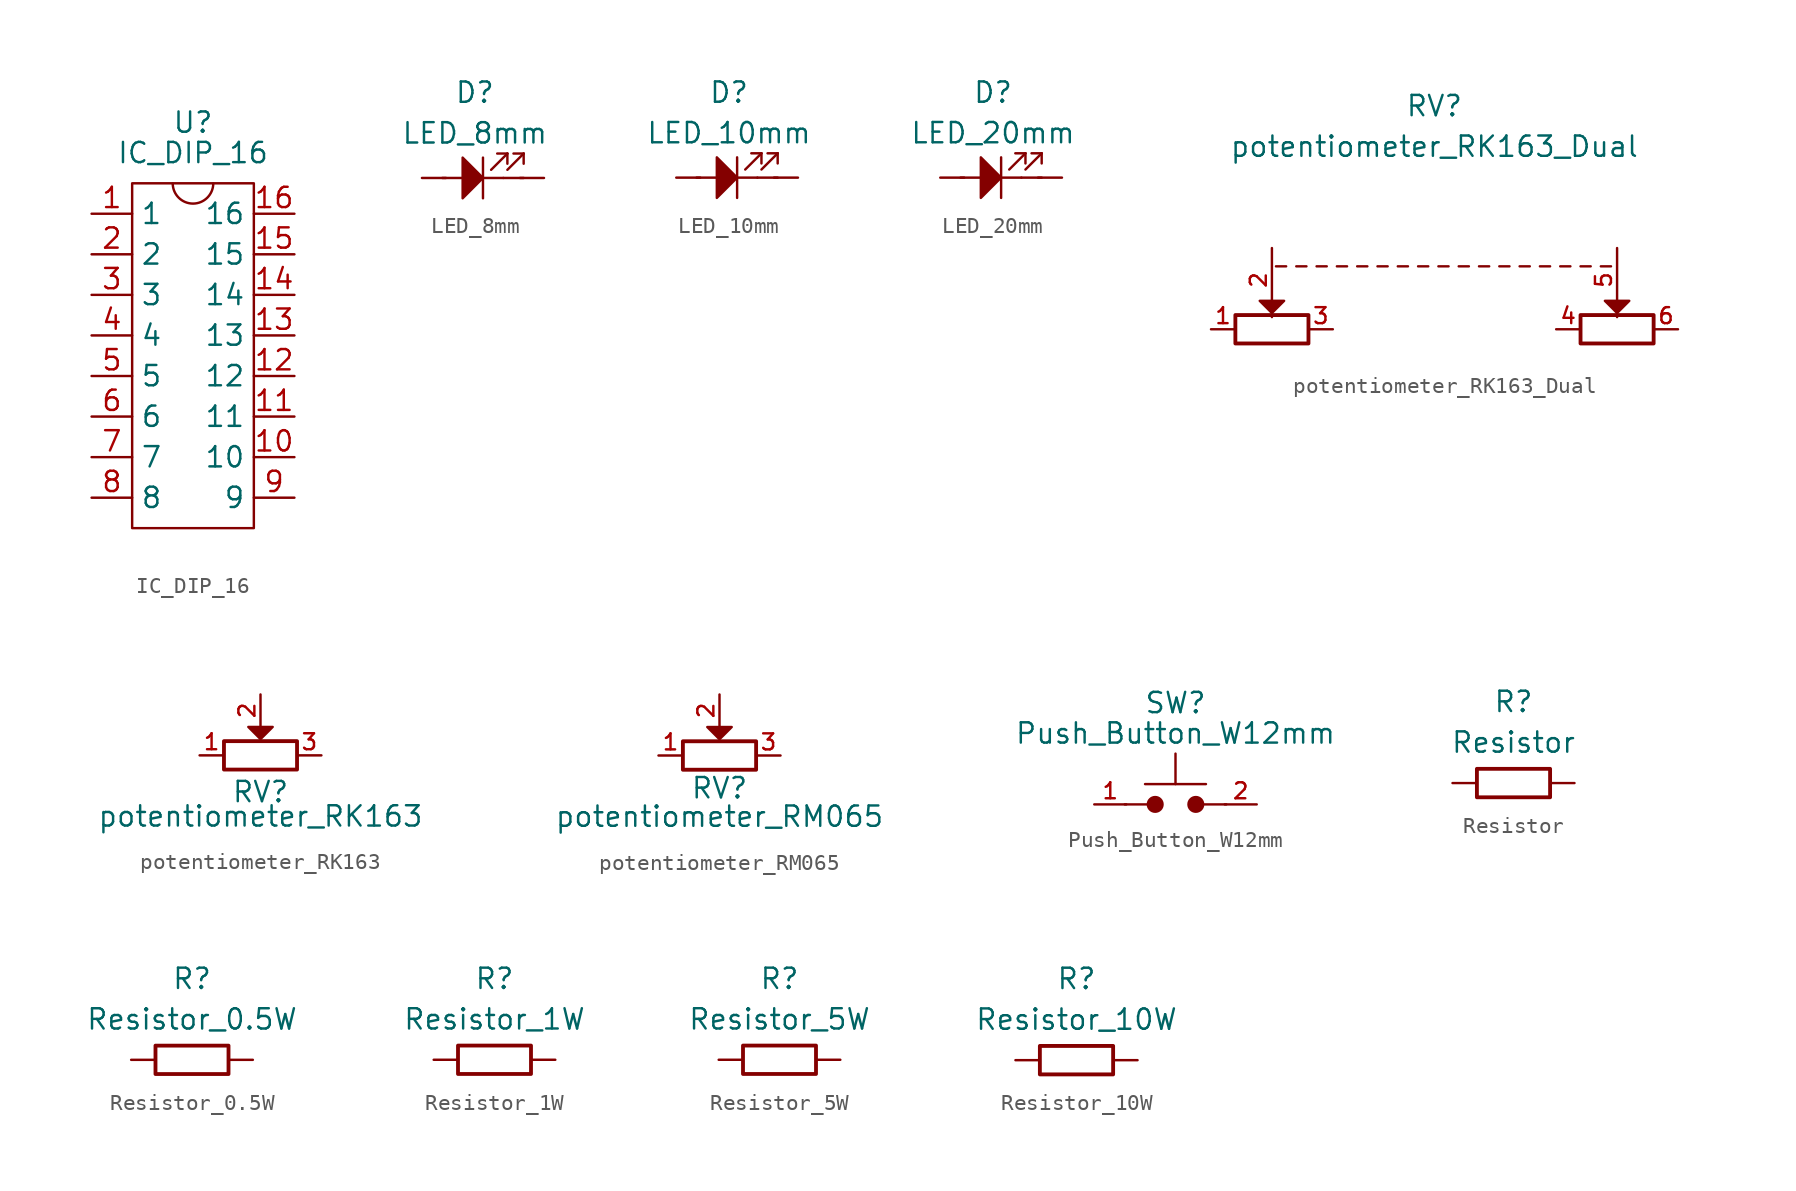
<source format=kicad_sym>
(kicad_symbol_lib
  (version 20220914)
  (generator kicad_symbol_editor)
  (symbol "IC_DIP_16"
    (property "Reference" "U"
      (at 0 13.335 0)
      (effects (font (size 1.27 1.27))))
    (property "Value" "IC_DIP_16"
      (at 0 11.43 0)
      (effects (font (size 1.27 1.27))))
    (symbol "IC_DIP_16_0_1"
      (rectangle (start -3.81 9.525) (end 3.81 -12.065) (stroke (width 0) (type default)) (fill (type none)))
      (arc (start -1.27 9.5091) (mid 0 8.2549) (end 1.27 9.5091) (stroke (width 0) (type default)) (fill (type none))))
    (symbol "IC_DIP_16_1_1"
      (pin bidirectional line (at -6.35 7.62 0) (length 2.54) (name "1" (effects (font (size 1.27 1.27)))) (number "1" (effects (font (size 1.27 1.27)))))
      (pin bidirectional line (at 6.35 -7.62 180) (length 2.54) (name "10" (effects (font (size 1.27 1.27)))) (number "10" (effects (font (size 1.27 1.27)))))
      (pin bidirectional line (at 6.35 -5.08 180) (length 2.54) (name "11" (effects (font (size 1.27 1.27)))) (number "11" (effects (font (size 1.27 1.27)))))
      (pin bidirectional line (at 6.35 -2.54 180) (length 2.54) (name "12" (effects (font (size 1.27 1.27)))) (number "12" (effects (font (size 1.27 1.27)))))
      (pin bidirectional line (at 6.35 0 180) (length 2.54) (name "13" (effects (font (size 1.27 1.27)))) (number "13" (effects (font (size 1.27 1.27)))))
      (pin bidirectional line (at 6.35 2.54 180) (length 2.54) (name "14" (effects (font (size 1.27 1.27)))) (number "14" (effects (font (size 1.27 1.27)))))
      (pin bidirectional line (at 6.35 5.08 180) (length 2.54) (name "15" (effects (font (size 1.27 1.27)))) (number "15" (effects (font (size 1.27 1.27)))))
      (pin bidirectional line (at 6.35 7.62 180) (length 2.54) (name "16" (effects (font (size 1.27 1.27)))) (number "16" (effects (font (size 1.27 1.27)))))
      (pin bidirectional line (at -6.35 5.08 0) (length 2.54) (name "2" (effects (font (size 1.27 1.27)))) (number "2" (effects (font (size 1.27 1.27)))))
      (pin bidirectional line (at -6.35 2.54 0) (length 2.54) (name "3" (effects (font (size 1.27 1.27)))) (number "3" (effects (font (size 1.27 1.27)))))
      (pin bidirectional line (at -6.35 0 0) (length 2.54) (name "4" (effects (font (size 1.27 1.27)))) (number "4" (effects (font (size 1.27 1.27)))))
      (pin bidirectional line (at -6.35 -2.54 0) (length 2.54) (name "5" (effects (font (size 1.27 1.27)))) (number "5" (effects (font (size 1.27 1.27)))))
      (pin bidirectional line (at -6.35 -5.08 0) (length 2.54) (name "6" (effects (font (size 1.27 1.27)))) (number "6" (effects (font (size 1.27 1.27)))))
      (pin bidirectional line (at -6.35 -7.62 0) (length 2.54) (name "7" (effects (font (size 1.27 1.27)))) (number "7" (effects (font (size 1.27 1.27)))))
      (pin bidirectional line (at -6.35 -10.16 0) (length 2.54) (name "8" (effects (font (size 1.27 1.27)))) (number "8" (effects (font (size 1.27 1.27)))))
      (pin bidirectional line (at 6.35 -10.16 180) (length 2.54) (name "9" (effects (font (size 1.27 1.27)))) (number "9" (effects (font (size 1.27 1.27)))))))
  (symbol "LED_8mm"
    (property "Reference" "D"
      (at -0.508 5.334 0)
      (effects (font (size 1.27 1.27))))
    (property "Value" "LED_8mm"
      (at -0.508 2.794 0)
      (effects (font (size 1.27 1.27))))
    (symbol "LED_8mm_0_1"
      (polyline (pts (xy -1.27 0) (xy -2.54 0)) (stroke (width 0) (type default)) (fill (type none)))
      (polyline (pts (xy 0 1.27) (xy 0 -1.27)) (stroke (width 0) (type default)) (fill (type none)))
      (polyline (pts (xy 0.508 0.508) (xy 1.524 1.524)) (stroke (width 0) (type default)) (fill (type none)))
      (polyline (pts (xy 1.27 0) (xy 2.54 0)) (stroke (width 0) (type default)) (fill (type none)))
      (polyline (pts (xy 1.524 0.508) (xy 2.54 1.524)) (stroke (width 0) (type default)) (fill (type none)))
      (polyline (pts (xy 1.524 1.524) (xy 0.889 1.524)) (stroke (width 0) (type default)) (fill (type none)))
      (polyline (pts (xy 1.524 1.524) (xy 1.524 0.889)) (stroke (width 0) (type default)) (fill (type none)))
      (polyline (pts (xy 2.54 1.524) (xy 1.905 1.524)) (stroke (width 0) (type default)) (fill (type none)))
      (polyline (pts (xy 2.54 1.524) (xy 2.54 0.889)) (stroke (width 0) (type default)) (fill (type none)))
      (polyline (pts (xy 0 0) (xy -1.27 -1.27) (xy -1.27 1.27) (xy 0 0) (xy 1.27 0)) (stroke (width 0) (type default)) (fill (type outline))))
    (symbol "LED_8mm_1_1"
      (pin passive line (at 3.81 0 180) (length 1.5) (name "~" (effects (font (size 1.27 1.27)))) (number "1" (effects (font (size 0 0)))))
      (pin passive line (at -3.81 0 0) (length 1.5) (name "" (effects (font (size 1.27 1.27)))) (number "2" (effects (font (size 0 0)))))))
  (symbol "LED_10mm"
    (property "Reference" "D"
      (at -0.508 5.334 0)
      (effects (font (size 1.27 1.27))))
    (property "Value" "LED_10mm"
      (at -0.508 2.794 0)
      (effects (font (size 1.27 1.27))))
    (symbol "LED_10mm_0_1"
      (polyline (pts (xy -1.27 0) (xy -2.54 0)) (stroke (width 0) (type default)) (fill (type none)))
      (polyline (pts (xy 0 1.27) (xy 0 -1.27)) (stroke (width 0) (type default)) (fill (type none)))
      (polyline (pts (xy 0.508 0.508) (xy 1.524 1.524)) (stroke (width 0) (type default)) (fill (type none)))
      (polyline (pts (xy 1.27 0) (xy 2.54 0)) (stroke (width 0) (type default)) (fill (type none)))
      (polyline (pts (xy 1.524 0.508) (xy 2.54 1.524)) (stroke (width 0) (type default)) (fill (type none)))
      (polyline (pts (xy 1.524 1.524) (xy 0.889 1.524)) (stroke (width 0) (type default)) (fill (type none)))
      (polyline (pts (xy 1.524 1.524) (xy 1.524 0.889)) (stroke (width 0) (type default)) (fill (type none)))
      (polyline (pts (xy 2.54 1.524) (xy 1.905 1.524)) (stroke (width 0) (type default)) (fill (type none)))
      (polyline (pts (xy 2.54 1.524) (xy 2.54 0.889)) (stroke (width 0) (type default)) (fill (type none)))
      (polyline (pts (xy 0 0) (xy -1.27 -1.27) (xy -1.27 1.27) (xy 0 0) (xy 1.27 0)) (stroke (width 0) (type default)) (fill (type outline))))
    (symbol "LED_10mm_1_1"
      (pin passive line (at 3.81 0 180) (length 1.5) (name "~" (effects (font (size 1.27 1.27)))) (number "1" (effects (font (size 0 0)))))
      (pin passive line (at -3.81 0 0) (length 1.5) (name "" (effects (font (size 1.27 1.27)))) (number "2" (effects (font (size 0 0)))))))
  (symbol "LED_20mm"
    (property "Reference" "D"
      (at -0.508 5.334 0)
      (effects (font (size 1.27 1.27))))
    (property "Value" "LED_20mm"
      (at -0.508 2.794 0)
      (effects (font (size 1.27 1.27))))
    (symbol "LED_20mm_0_1"
      (polyline (pts (xy -1.27 0) (xy -2.54 0)) (stroke (width 0) (type default)) (fill (type none)))
      (polyline (pts (xy 0 1.27) (xy 0 -1.27)) (stroke (width 0) (type default)) (fill (type none)))
      (polyline (pts (xy 0.508 0.508) (xy 1.524 1.524)) (stroke (width 0) (type default)) (fill (type none)))
      (polyline (pts (xy 1.27 0) (xy 2.54 0)) (stroke (width 0) (type default)) (fill (type none)))
      (polyline (pts (xy 1.524 0.508) (xy 2.54 1.524)) (stroke (width 0) (type default)) (fill (type none)))
      (polyline (pts (xy 1.524 1.524) (xy 0.889 1.524)) (stroke (width 0) (type default)) (fill (type none)))
      (polyline (pts (xy 1.524 1.524) (xy 1.524 0.889)) (stroke (width 0) (type default)) (fill (type none)))
      (polyline (pts (xy 2.54 1.524) (xy 1.905 1.524)) (stroke (width 0) (type default)) (fill (type none)))
      (polyline (pts (xy 2.54 1.524) (xy 2.54 0.889)) (stroke (width 0) (type default)) (fill (type none)))
      (polyline (pts (xy 0 0) (xy -1.27 -1.27) (xy -1.27 1.27) (xy 0 0) (xy 1.27 0)) (stroke (width 0) (type default)) (fill (type outline))))
    (symbol "LED_20mm_1_1"
      (pin passive line (at 3.81 0 180) (length 1.5) (name "~" (effects (font (size 1.27 1.27)))) (number "1" (effects (font (size 0 0)))))
      (pin passive line (at -3.81 0 0) (length 1.5) (name "" (effects (font (size 1.27 1.27)))) (number "2" (effects (font (size 0 0)))))))
  (symbol "potentiometer_RK163_Dual"
    (property "Reference" "RV"
      (at 0 13.97 0)
      (effects (font (size 1.27 1.27))))
    (property "Value" "potentiometer_RK163_Dual"
      (at 0 11.43 0)
      (effects (font (size 1.27 1.27))))
    (symbol "potentiometer_RK163_Dual_0_1"
      (rectangle (start -7.874 -0.889) (end -12.446 0.889) (stroke (width 0.24) (type default)) (fill (type none)))
      (polyline (pts (xy -9.906 3.937) (xy -9.271 3.937)) (stroke (width 0) (type default)) (fill (type none)))
      (polyline (pts (xy -8.636 3.937) (xy -8.001 3.937)) (stroke (width 0) (type default)) (fill (type none)))
      (polyline (pts (xy -7.366 3.937) (xy -6.731 3.937)) (stroke (width 0) (type default)) (fill (type none)))
      (polyline (pts (xy -6.096 3.937) (xy -5.461 3.937)) (stroke (width 0) (type default)) (fill (type none)))
      (polyline (pts (xy -4.826 3.937) (xy -4.191 3.937)) (stroke (width 0) (type default)) (fill (type none)))
      (polyline (pts (xy -3.556 3.937) (xy -2.921 3.937)) (stroke (width 0) (type default)) (fill (type none)))
      (polyline (pts (xy -2.286 3.937) (xy -1.651 3.937)) (stroke (width 0) (type default)) (fill (type none)))
      (polyline (pts (xy -1.016 3.937) (xy -0.381 3.937)) (stroke (width 0) (type default)) (fill (type none)))
      (polyline (pts (xy 0.254 3.937) (xy 0.889 3.937)) (stroke (width 0) (type default)) (fill (type none)))
      (polyline (pts (xy 1.524 3.937) (xy 2.159 3.937)) (stroke (width 0) (type default)) (fill (type none)))
      (polyline (pts (xy 2.794 3.937) (xy 3.429 3.937)) (stroke (width 0) (type default)) (fill (type none)))
      (polyline (pts (xy 4.064 3.937) (xy 4.699 3.937)) (stroke (width 0) (type default)) (fill (type none)))
      (polyline (pts (xy 5.334 3.937) (xy 5.969 3.937)) (stroke (width 0) (type default)) (fill (type none)))
      (polyline (pts (xy 6.604 3.937) (xy 7.239 3.937)) (stroke (width 0) (type default)) (fill (type none)))
      (polyline (pts (xy 7.874 3.937) (xy 8.509 3.937)) (stroke (width 0) (type default)) (fill (type none)))
      (polyline (pts (xy 9.144 3.937) (xy 9.779 3.937)) (stroke (width 0) (type default)) (fill (type none)))
      (polyline (pts (xy 10.414 3.937) (xy 11.049 3.937)) (stroke (width 0) (type default)) (fill (type none)))
      (polyline (pts (xy -10.16 1.016) (xy -9.398 1.778) (xy -10.922 1.778) (xy -10.16 1.016) (xy -10.16 0.762)) (stroke (width 0) (type default)) (fill (type outline)))
      (polyline (pts (xy 11.43 1.016) (xy 12.192 1.778) (xy 10.668 1.778) (xy 11.43 1.016) (xy 11.43 0.762)) (stroke (width 0) (type default)) (fill (type outline)))
      (rectangle (start 13.716 -0.889) (end 9.144 0.889) (stroke (width 0.24) (type default)) (fill (type none))))
    (symbol "potentiometer_RK163_Dual_1_1"
      (pin passive line (at -13.97 0 0) (length 1.5) (name "~" (effects (font (size 1.27 1.27)))) (number "1" (effects (font (size 1 1)))))
      (pin passive line (at -10.16 5.08 270) (length 4) (name "~" (effects (font (size 1.27 1.27)))) (number "2" (effects (font (size 1 1)))))
      (pin passive line (at -6.35 0 180) (length 1.5) (name "~" (effects (font (size 1.27 1.27)))) (number "3" (effects (font (size 1 1)))))
      (pin passive line (at 7.62 0 0) (length 1.5) (name "~" (effects (font (size 1.27 1.27)))) (number "4" (effects (font (size 1 1)))))
      (pin passive line (at 11.43 5.08 270) (length 4) (name "~" (effects (font (size 1.27 1.27)))) (number "5" (effects (font (size 1 1)))))
      (pin passive line (at 15.24 0 180) (length 1.5) (name "~" (effects (font (size 1.27 1.27)))) (number "6" (effects (font (size 1 1)))))))
  (symbol "potentiometer_RK163"
    (property "Reference" "RV"
      (at 0 -2.286 0)
      (effects (font (size 1.27 1.27))))
    (property "Value" "potentiometer_RK163"
      (at 0 -3.81 0)
      (effects (font (size 1.27 1.27))))
    (symbol "potentiometer_RK163_0_1"
      (rectangle (start -2.286 0.889) (end 2.286 -0.889) (stroke (width 0.24) (type default)) (fill (type none)))
      (polyline (pts (xy 0 1.016) (xy 0.762 1.778) (xy -0.762 1.778) (xy 0 1.016)) (stroke (width 0) (type default)) (fill (type outline))))
    (symbol "potentiometer_RK163_1_1"
      (pin passive line (at -3.81 0 0) (length 1.5) (name "~" (effects (font (size 1.27 1.27)))) (number "1" (effects (font (size 1 1)))))
      (pin passive line (at 0 3.81 270) (length 2) (name "~" (effects (font (size 1.27 1.27)))) (number "2" (effects (font (size 1 1)))))
      (pin passive line (at 3.81 0 180) (length 1.5) (name "~" (effects (font (size 1.27 1.27)))) (number "3" (effects (font (size 1 1)))))))
  (symbol "potentiometer_RM065"
    (property "Reference" "RV"
      (at 0 -2.032 0)
      (effects (font (size 1.27 1.27))))
    (property "Value" "potentiometer_RM065"
      (at 0 -3.81 0)
      (effects (font (size 1.27 1.27))))
    (symbol "potentiometer_RM065_0_1"
      (rectangle (start -2.286 0.889) (end 2.286 -0.889) (stroke (width 0.24) (type default)) (fill (type none)))
      (polyline (pts (xy 0 1.016) (xy 0.762 1.778) (xy -0.762 1.778) (xy 0 1.016)) (stroke (width 0) (type default)) (fill (type outline))))
    (symbol "potentiometer_RM065_1_1"
      (pin passive line (at -3.81 0 0) (length 1.5) (name "~" (effects (font (size 1.27 1.27)))) (number "1" (effects (font (size 1 1)))))
      (pin passive line (at 0 3.81 270) (length 2) (name "~" (effects (font (size 1.27 1.27)))) (number "2" (effects (font (size 1 1)))))
      (pin passive line (at 3.81 0 180) (length 1.5) (name "~" (effects (font (size 1.27 1.27)))) (number "3" (effects (font (size 1 1)))))))
  (symbol "Push_Button_W12mm"
    (property "Reference" "SW"
      (at 0 6.35 0)
      (effects (font (size 1.27 1.27))))
    (property "Value" "Push_Button_W12mm"
      (at 0 4.445 0)
      (effects (font (size 1.27 1.27))))
    (symbol "Push_Button_W12mm_0_1"
      (circle (center -1.27 0) (radius 0.458) (stroke (width 0) (type default)) (fill (type outline)))
      (polyline (pts (xy -3.175 0) (xy -1.778 0)) (stroke (width 0) (type default)) (fill (type none)))
      (polyline (pts (xy -1.905 1.27) (xy 1.905 1.27)) (stroke (width 0) (type default)) (fill (type none)))
      (polyline (pts (xy 0 1.27) (xy 0 3.175)) (stroke (width 0) (type default)) (fill (type none)))
      (polyline (pts (xy 1.778 0) (xy 3.175 0)) (stroke (width 0) (type default)) (fill (type none)))
      (circle (center 1.27 0) (radius 0.458) (stroke (width 0) (type default)) (fill (type outline))))
    (symbol "Push_Button_W12mm_1_1"
      (pin passive line (at -5.08 0 0) (length 2) (name "" (effects (font (size 1.27 1.27)))) (number "1" (effects (font (size 1 1)))))
      (pin passive line (at 5.08 0 180) (length 2) (name "" (effects (font (size 1.27 1.27)))) (number "2" (effects (font (size 1 1)))))))
  (symbol "Resistor"
    (property "Reference" "R"
      (at 0 5.08 0)
      (effects (font (size 1.27 1.27))))
    (property "Value" "Resistor"
      (at 0 2.54 0)
      (effects (font (size 1.27 1.27))))
    (symbol "Resistor_0_1"
      (rectangle (start -2.286 0.889) (end 2.286 -0.889) (stroke (width 0.24) (type default)) (fill (type none))))
    (symbol "Resistor_1_1"
      (pin passive line (at -3.81 0 0) (length 1.5) (name "" (effects (font (size 1.27 1.27)))) (number "1" (effects (font (size 0 0)))))
      (pin passive line (at 3.81 0 180) (length 1.5) (name "~" (effects (font (size 1.27 1.27)))) (number "2" (effects (font (size 0 0)))))))
  (symbol "Resistor_0.5W"
    (property "Reference" "R"
      (at 0 5.08 0)
      (effects (font (size 1.27 1.27))))
    (property "Value" "Resistor_0.5W"
      (at 0 2.54 0)
      (effects (font (size 1.27 1.27))))
    (symbol "Resistor_0.5W_0_1"
      (rectangle (start -2.286 0.889) (end 2.286 -0.889) (stroke (width 0.24) (type default)) (fill (type none))))
    (symbol "Resistor_0.5W_1_1"
      (pin passive line (at -3.81 0 0) (length 1.5) (name "" (effects (font (size 1.27 1.27)))) (number "1" (effects (font (size 0 0)))))
      (pin passive line (at 3.81 0 180) (length 1.5) (name "~" (effects (font (size 1.27 1.27)))) (number "2" (effects (font (size 0 0)))))))
  (symbol "Resistor_1W"
    (property "Reference" "R"
      (at 0 5.08 0)
      (effects (font (size 1.27 1.27))))
    (property "Value" "Resistor_1W"
      (at 0 2.54 0)
      (effects (font (size 1.27 1.27))))
    (symbol "Resistor_1W_0_1"
      (rectangle (start -2.286 0.889) (end 2.286 -0.889) (stroke (width 0.24) (type default)) (fill (type none))))
    (symbol "Resistor_1W_1_1"
      (pin passive line (at -3.81 0 0) (length 1.5) (name "" (effects (font (size 1.27 1.27)))) (number "1" (effects (font (size 0 0)))))
      (pin passive line (at 3.81 0 180) (length 1.5) (name "~" (effects (font (size 1.27 1.27)))) (number "2" (effects (font (size 0 0)))))))
  (symbol "Resistor_5W"
    (property "Reference" "R"
      (at 0 5.08 0)
      (effects (font (size 1.27 1.27))))
    (property "Value" "Resistor_5W"
      (at 0 2.54 0)
      (effects (font (size 1.27 1.27))))
    (symbol "Resistor_5W_0_1"
      (rectangle (start -2.286 0.889) (end 2.286 -0.889) (stroke (width 0.24) (type default)) (fill (type none))))
    (symbol "Resistor_5W_1_1"
      (pin passive line (at -3.81 0 0) (length 1.5) (name "" (effects (font (size 1.27 1.27)))) (number "1" (effects (font (size 0 0)))))
      (pin passive line (at 3.81 0 180) (length 1.5) (name "~" (effects (font (size 1.27 1.27)))) (number "2" (effects (font (size 0 0)))))))
  (symbol "Resistor_10W"
    (property "Reference" "R"
      (at 0 5.08 0)
      (effects (font (size 1.27 1.27))))
    (property "Value" "Resistor_10W"
      (at 0 2.54 0)
      (effects (font (size 1.27 1.27))))
    (symbol "Resistor_10W_0_1"
      (rectangle (start -2.286 0.889) (end 2.286 -0.889) (stroke (width 0.24) (type default)) (fill (type none))))
    (symbol "Resistor_10W_1_1"
      (pin passive line (at -3.81 0 0) (length 1.5) (name "" (effects (font (size 1.27 1.27)))) (number "1" (effects (font (size 0 0)))))
      (pin passive line (at 3.81 0 180) (length 1.5) (name "~" (effects (font (size 1.27 1.27)))) (number "2" (effects (font (size 0 0))))))))
</source>
